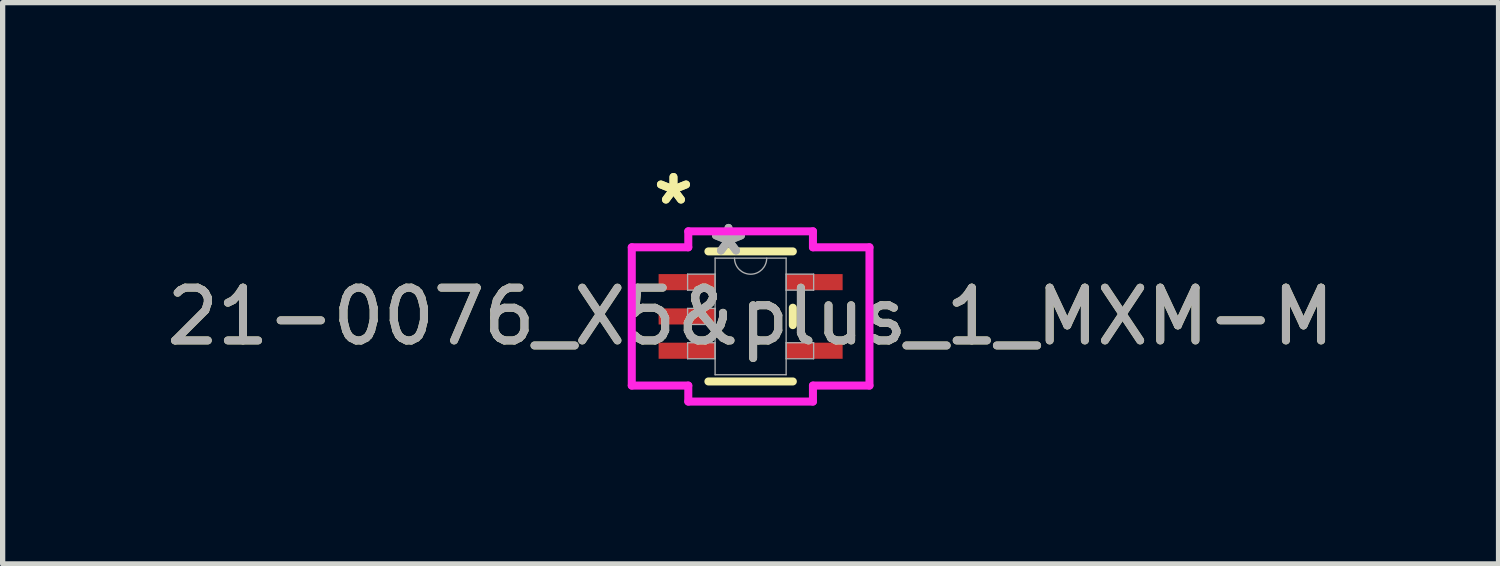
<source format=kicad_pcb>
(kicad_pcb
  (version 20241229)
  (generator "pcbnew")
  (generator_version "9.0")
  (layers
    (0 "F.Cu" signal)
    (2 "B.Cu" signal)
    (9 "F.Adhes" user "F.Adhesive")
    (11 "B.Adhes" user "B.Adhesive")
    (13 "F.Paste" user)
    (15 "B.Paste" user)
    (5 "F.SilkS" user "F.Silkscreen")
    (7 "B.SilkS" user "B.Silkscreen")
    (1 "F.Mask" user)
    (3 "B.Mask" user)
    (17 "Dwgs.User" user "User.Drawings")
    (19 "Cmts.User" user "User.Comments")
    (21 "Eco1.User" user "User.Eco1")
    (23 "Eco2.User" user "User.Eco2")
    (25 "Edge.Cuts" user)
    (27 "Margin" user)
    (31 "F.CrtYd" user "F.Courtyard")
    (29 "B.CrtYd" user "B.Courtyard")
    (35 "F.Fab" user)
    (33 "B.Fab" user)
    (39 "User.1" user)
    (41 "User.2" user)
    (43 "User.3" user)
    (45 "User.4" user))
  (footprint "21-0076_X5&plus_1_MXM-M"
    (layer "F.Cu")
    (at 11.173 2.946)
    (property "Reference" "21-0076_X5&plus_1_MXM-M" (at 0 0 0) (unlocked yes) (layer "F.SilkS") (effects (font (size 1 1) (thickness 0.15))))
    (attr smd)
    (fp_line (start -0.8 1.232) (end 0.8 1.232) (stroke (width 0.152) (type solid)) (layer "F.SilkS"))
    (fp_line (start 0.8 -1.232) (end -0.8 -1.232) (stroke (width 0.152) (type solid)) (layer "F.SilkS"))
    (fp_line (start 0.8 0.165) (end 0.8 -0.165) (stroke (width 0.152) (type solid)) (layer "F.SilkS"))
    (fp_line (start -2.252 -1.31) (end -1.181 -1.31) (stroke (width 0.152) (type solid)) (layer "F.CrtYd"))
    (fp_line (start -2.252 1.31) (end -2.252 -1.31) (stroke (width 0.152) (type solid)) (layer "F.CrtYd"))
    (fp_line (start -1.181 -1.613) (end 1.181 -1.613) (stroke (width 0.152) (type solid)) (layer "F.CrtYd"))
    (fp_line (start -1.181 -1.31) (end -1.181 -1.613) (stroke (width 0.152) (type solid)) (layer "F.CrtYd"))
    (fp_line (start -1.181 1.31) (end -2.252 1.31) (stroke (width 0.152) (type solid)) (layer "F.CrtYd"))
    (fp_line (start -1.181 1.613) (end -1.181 1.31) (stroke (width 0.152) (type solid)) (layer "F.CrtYd"))
    (fp_line (start 1.181 -1.613) (end 1.181 -1.31) (stroke (width 0.152) (type solid)) (layer "F.CrtYd"))
    (fp_line (start 1.181 -1.31) (end 2.252 -1.31) (stroke (width 0.152) (type solid)) (layer "F.CrtYd"))
    (fp_line (start 1.181 1.31) (end 1.181 1.613) (stroke (width 0.152) (type solid)) (layer "F.CrtYd"))
    (fp_line (start 1.181 1.613) (end -1.181 1.613) (stroke (width 0.152) (type solid)) (layer "F.CrtYd"))
    (fp_line (start 2.252 -1.31) (end 2.252 1.31) (stroke (width 0.152) (type solid)) (layer "F.CrtYd"))
    (fp_line (start 2.252 1.31) (end 1.181 1.31) (stroke (width 0.152) (type solid)) (layer "F.CrtYd"))
    (fp_line (start -1.194 -0.802) (end -1.194 -0.498) (stroke (width 0.025) (type solid)) (layer "F.Fab"))
    (fp_line (start -1.194 -0.498) (end -0.673 -0.498) (stroke (width 0.025) (type solid)) (layer "F.Fab"))
    (fp_line (start -1.194 -0.152) (end -1.194 0.152) (stroke (width 0.025) (type solid)) (layer "F.Fab"))
    (fp_line (start -1.194 0.152) (end -0.673 0.152) (stroke (width 0.025) (type solid)) (layer "F.Fab"))
    (fp_line (start -1.194 0.498) (end -1.194 0.802) (stroke (width 0.025) (type solid)) (layer "F.Fab"))
    (fp_line (start -1.194 0.802) (end -0.673 0.802) (stroke (width 0.025) (type solid)) (layer "F.Fab"))
    (fp_line (start -0.673 -1.105) (end -0.673 1.105) (stroke (width 0.025) (type solid)) (layer "F.Fab"))
    (fp_line (start -0.673 -0.802) (end -1.194 -0.802) (stroke (width 0.025) (type solid)) (layer "F.Fab"))
    (fp_line (start -0.673 -0.498) (end -0.673 -0.802) (stroke (width 0.025) (type solid)) (layer "F.Fab"))
    (fp_line (start -0.673 -0.152) (end -1.194 -0.152) (stroke (width 0.025) (type solid)) (layer "F.Fab"))
    (fp_line (start -0.673 0.152) (end -0.673 -0.152) (stroke (width 0.025) (type solid)) (layer "F.Fab"))
    (fp_line (start -0.673 0.498) (end -1.194 0.498) (stroke (width 0.025) (type solid)) (layer "F.Fab"))
    (fp_line (start -0.673 0.802) (end -0.673 0.498) (stroke (width 0.025) (type solid)) (layer "F.Fab"))
    (fp_line (start -0.673 1.105) (end 0.673 1.105) (stroke (width 0.025) (type solid)) (layer "F.Fab"))
    (fp_line (start 0.673 -1.105) (end -0.673 -1.105) (stroke (width 0.025) (type solid)) (layer "F.Fab"))
    (fp_line (start 0.673 -0.802) (end 0.673 -0.498) (stroke (width 0.025) (type solid)) (layer "F.Fab"))
    (fp_line (start 0.673 -0.498) (end 1.194 -0.498) (stroke (width 0.025) (type solid)) (layer "F.Fab"))
    (fp_line (start 0.673 0.498) (end 0.673 0.802) (stroke (width 0.025) (type solid)) (layer "F.Fab"))
    (fp_line (start 0.673 0.802) (end 1.194 0.802) (stroke (width 0.025) (type solid)) (layer "F.Fab"))
    (fp_line (start 0.673 1.105) (end 0.673 -1.105) (stroke (width 0.025) (type solid)) (layer "F.Fab"))
    (fp_line (start 1.194 -0.802) (end 0.673 -0.802) (stroke (width 0.025) (type solid)) (layer "F.Fab"))
    (fp_line (start 1.194 -0.498) (end 1.194 -0.802) (stroke (width 0.025) (type solid)) (layer "F.Fab"))
    (fp_line (start 1.194 0.498) (end 0.673 0.498) (stroke (width 0.025) (type solid)) (layer "F.Fab"))
    (fp_line (start 1.194 0.802) (end 1.194 0.498) (stroke (width 0.025) (type solid)) (layer "F.Fab"))
    (fp_arc (start 0.3048 -1.1049) (mid 0 -0.8001) (end -0.3048 -1.1049) (stroke (width 0.0254) (type solid)) (layer "F.Fab"))
    (fp_text user "*" (at -1.462 -2.098 0) (layer "F.SilkS") (effects (font (size 1 1) (thickness 0.15))))
    (fp_text user "*" (at -1.462 -2.098 0) (unlocked yes) (layer "F.SilkS") (effects (font (size 1 1) (thickness 0.15))))
    (fp_text user "*" (at -0.419 -1.133 0) (unlocked yes) (layer "F.Fab") (effects (font (size 1 1) (thickness 0.15))))
    (fp_text user "*" (at -0.419 -1.133 0) (layer "F.Fab") (effects (font (size 1 1) (thickness 0.15))))
    (fp_text user "${REFERENCE}" (at 0 0 0) (unlocked yes) (layer "F.Fab") (effects (font (size 1 1) (thickness 0.15))))
    (pad "1" smd rect (at -1.208 -0.65) (size 1.071 0.305) (layers "F.Cu" "F.Mask" "F.Paste"))
    (pad "2" smd rect (at -1.208 0) (size 1.071 0.305) (layers "F.Cu" "F.Mask" "F.Paste"))
    (pad "3" smd rect (at -1.208 0.65) (size 1.071 0.305) (layers "F.Cu" "F.Mask" "F.Paste"))
    (pad "4" smd rect (at 1.208 0.65) (size 1.071 0.305) (layers "F.Cu" "F.Mask" "F.Paste"))
    (pad "5" smd rect (at 1.208 -0.65) (size 1.071 0.305) (layers "F.Cu" "F.Mask" "F.Paste")))
  (gr_rect
    (start -3 -3)
    (end 25.345 7.635)
    (stroke (width 0.1) (type default))
    (fill no)
    (layer "Edge.Cuts")))
</source>
